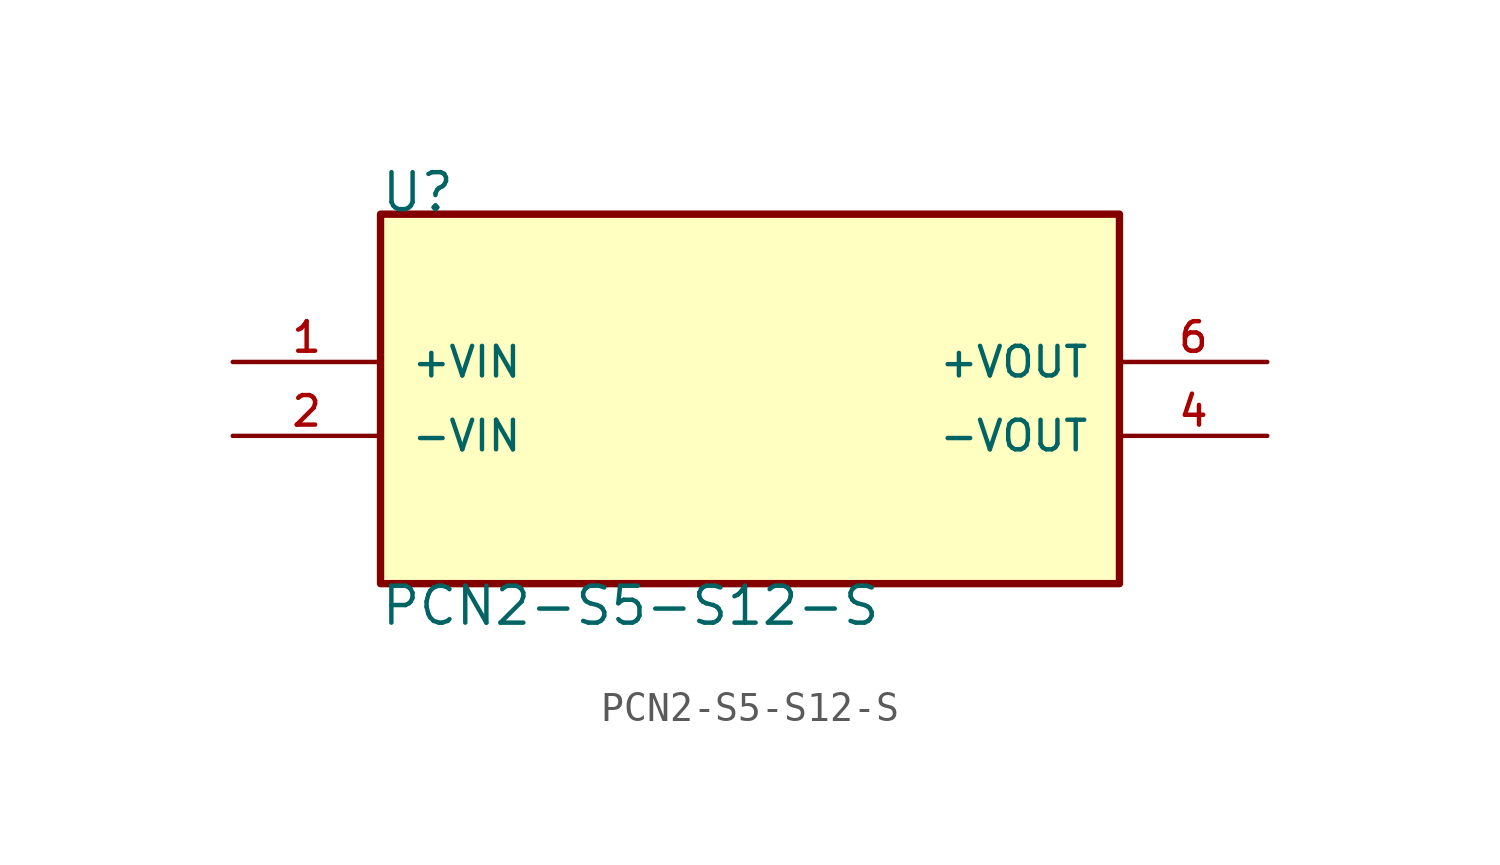
<source format=kicad_sym>
(kicad_symbol_lib
  (version 20211014)
  (generator kicad_symbol_editor)
  (symbol "PCN2-S5-S12-S"
    (pin_names
      (offset 1.016))
    (property "Reference" "U"
      (at -12.726 5.091 0)
      (effects (font (size 1.27 1.27)) (justify bottom left)))
    (property "Value" "PCN2-S5-S12-S"
      (at -12.73 -7.638 0)
      (effects (font (size 1.27 1.27)) (justify top left)))
    (symbol "PCN2-S5-S12-S_0_0"
      (rectangle (start -12.7 -7.62) (end 12.7 5.08) (stroke (width 0.254)) (fill (type background)))
      (pin input line (at -17.78 0.0 0) (length 5.08) (name "+VIN" (effects (font (size 1.016 1.016)))) (number "1" (effects (font (size 1.016 1.016)))))
      (pin output line (at 17.78 -2.54 180.0) (length 5.08) (name "-VOUT" (effects (font (size 1.016 1.016)))) (number "4" (effects (font (size 1.016 1.016)))))
      (pin output line (at 17.78 0.0 180.0) (length 5.08) (name "+VOUT" (effects (font (size 1.016 1.016)))) (number "6" (effects (font (size 1.016 1.016)))))
      (pin input line (at -17.78 -2.54 0) (length 5.08) (name "-VIN" (effects (font (size 1.016 1.016)))) (number "2" (effects (font (size 1.016 1.016))))))))
</source>
